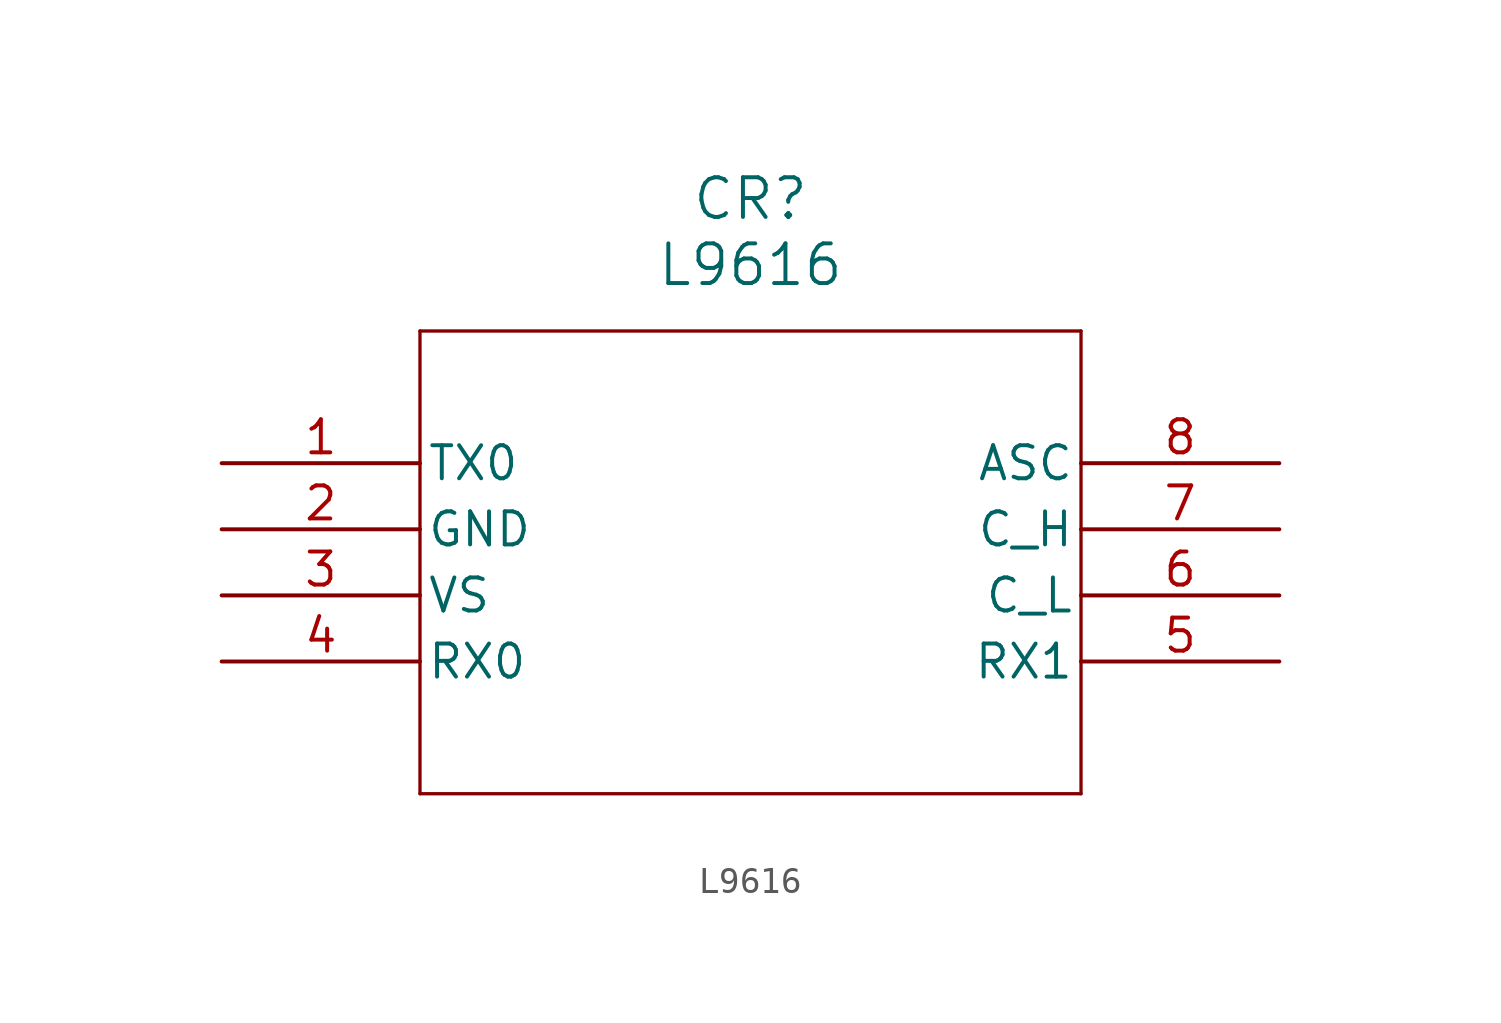
<source format=kicad_sym>
(kicad_symbol_lib
  (version 20211014)
  (generator kicad_symbol_editor)
  (symbol "L9616"
    (pin_names
      (offset 0.254))
    (property "Reference" "CR"
      (at 20.32 10.16 0)
      (effects (font (size 1.524 1.524))))
    (property "Value" "L9616"
      (at 20.32 7.62 0)
      (effects (font (size 1.524 1.524))))
    (symbol "L9616_0_1"
      (polyline (pts (xy 7.62 5.08) (xy 7.62 -12.7)) (stroke (width 0.127) (type default) (color 0 0 0 0)) (fill (type none)))
      (polyline (pts (xy 7.62 -12.7) (xy 33.02 -12.7)) (stroke (width 0.127) (type default) (color 0 0 0 0)) (fill (type none)))
      (polyline (pts (xy 33.02 -12.7) (xy 33.02 5.08)) (stroke (width 0.127) (type default) (color 0 0 0 0)) (fill (type none)))
      (polyline (pts (xy 33.02 5.08) (xy 7.62 5.08)) (stroke (width 0.127) (type default) (color 0 0 0 0)) (fill (type none)))
      (pin input line (at 0 0 0) (length 7.62) (name "TX0" (effects (font (size 1.27 1.27)))) (number "1" (effects (font (size 1.27 1.27)))))
      (pin power_out line (at 0 -2.54 0) (length 7.62) (name "GND" (effects (font (size 1.27 1.27)))) (number "2" (effects (font (size 1.27 1.27)))))
      (pin power_in line (at 0 -5.08 0) (length 7.62) (name "VS" (effects (font (size 1.27 1.27)))) (number "3" (effects (font (size 1.27 1.27)))))
      (pin output line (at 0 -7.62 0) (length 7.62) (name "RX0" (effects (font (size 1.27 1.27)))) (number "4" (effects (font (size 1.27 1.27)))))
      (pin output line (at 40.64 -7.62 180) (length 7.62) (name "RX1" (effects (font (size 1.27 1.27)))) (number "5" (effects (font (size 1.27 1.27)))))
      (pin output line (at 40.64 -5.08 180) (length 7.62) (name "C_L" (effects (font (size 1.27 1.27)))) (number "6" (effects (font (size 1.27 1.27)))))
      (pin output line (at 40.64 -2.54 180) (length 7.62) (name "C_H" (effects (font (size 1.27 1.27)))) (number "7" (effects (font (size 1.27 1.27)))))
      (pin unspecified line (at 40.64 0 180) (length 7.62) (name "ASC" (effects (font (size 1.27 1.27)))) (number "8" (effects (font (size 1.27 1.27))))))))
</source>
